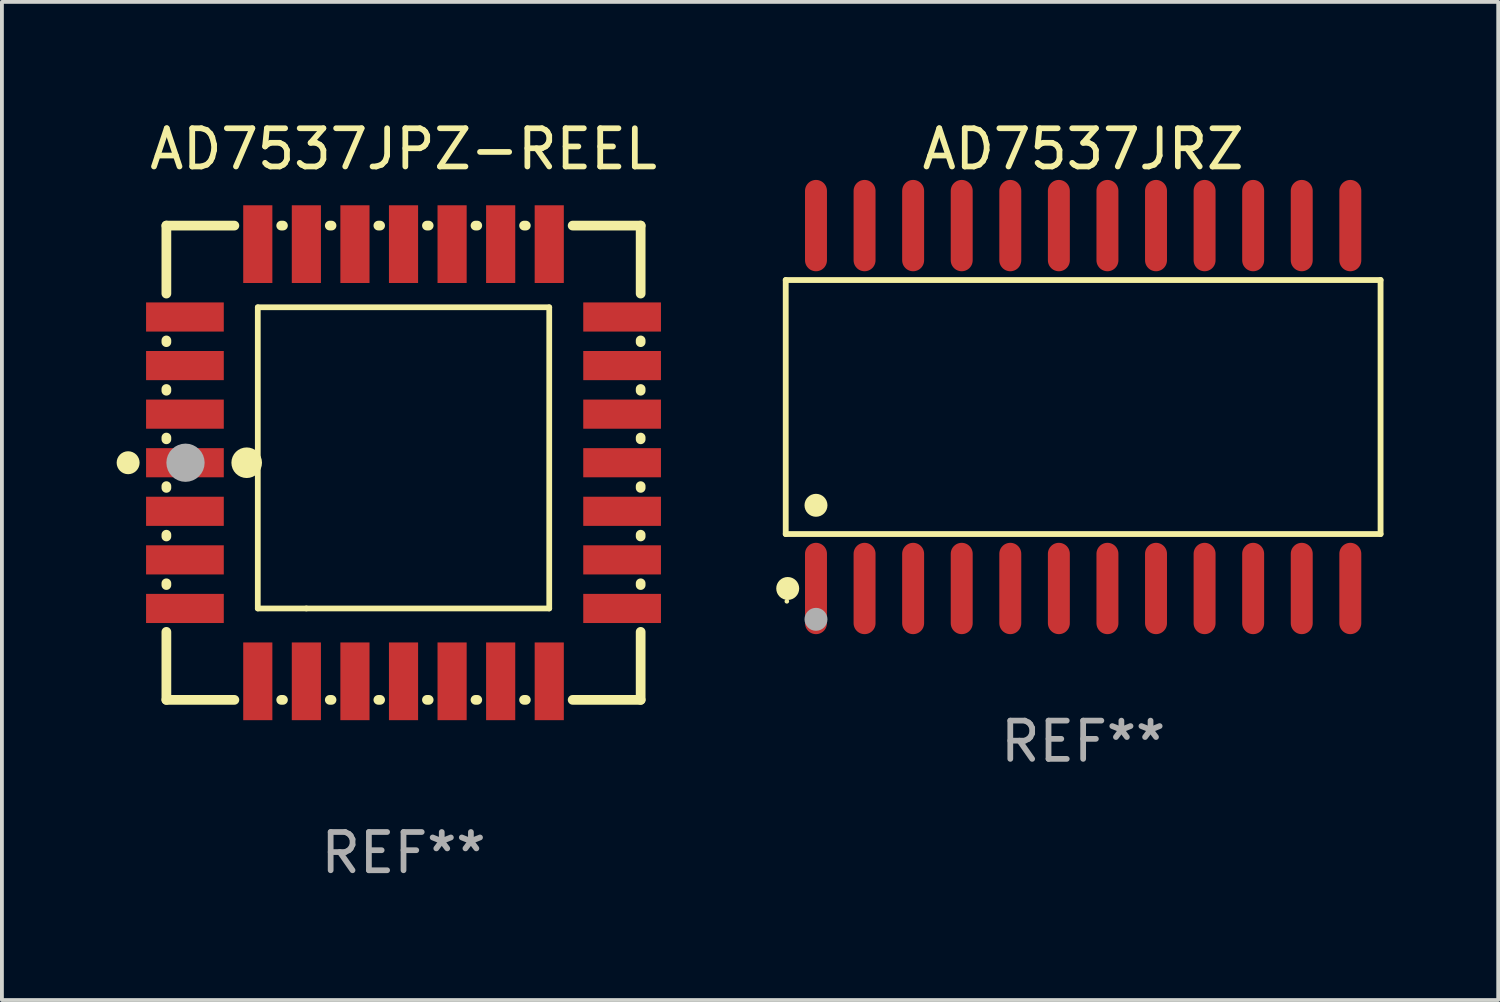
<source format=kicad_pcb>
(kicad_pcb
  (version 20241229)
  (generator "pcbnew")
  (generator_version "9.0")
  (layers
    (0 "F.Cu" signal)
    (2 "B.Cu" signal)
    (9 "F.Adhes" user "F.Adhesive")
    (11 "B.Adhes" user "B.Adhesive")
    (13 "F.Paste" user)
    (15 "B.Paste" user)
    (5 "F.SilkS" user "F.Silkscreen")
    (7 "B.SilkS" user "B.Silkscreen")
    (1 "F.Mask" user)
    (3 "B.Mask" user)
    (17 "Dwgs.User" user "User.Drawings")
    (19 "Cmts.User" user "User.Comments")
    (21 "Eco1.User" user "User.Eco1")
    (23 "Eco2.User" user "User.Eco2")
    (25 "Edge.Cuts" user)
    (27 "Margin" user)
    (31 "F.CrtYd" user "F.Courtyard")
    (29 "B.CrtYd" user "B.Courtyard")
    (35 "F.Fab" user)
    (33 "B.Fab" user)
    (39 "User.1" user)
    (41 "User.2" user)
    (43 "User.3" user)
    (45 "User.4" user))
  (footprint "AD7537JPZ-REEL"
    (layer "F.Cu")
    (at 7.5 9.048)
    (property "Reference" "AD7537JPZ-REEL" (at 0 -8.2 0) (layer "F.SilkS") (effects (font (size 1 1) (thickness 0.15))))
    (attr through_hole)
    (fp_line (start -6.2 -6.2) (end -4.422 -6.2) (stroke (width 0.254) (type solid)) (layer "F.SilkS"))
    (fp_line (start -6.2 -4.422) (end -6.2 -6.2) (stroke (width 0.254) (type solid)) (layer "F.SilkS"))
    (fp_line (start -6.2 -3.152) (end -6.2 -3.198) (stroke (width 0.254) (type solid)) (layer "F.SilkS"))
    (fp_line (start -6.2 -1.882) (end -6.2 -1.928) (stroke (width 0.254) (type solid)) (layer "F.SilkS"))
    (fp_line (start -6.2 -0.612) (end -6.2 -0.658) (stroke (width 0.254) (type solid)) (layer "F.SilkS"))
    (fp_line (start -6.2 0.658) (end -6.2 0.612) (stroke (width 0.254) (type solid)) (layer "F.SilkS"))
    (fp_line (start -6.2 1.928) (end -6.2 1.882) (stroke (width 0.254) (type solid)) (layer "F.SilkS"))
    (fp_line (start -6.2 3.198) (end -6.2 3.152) (stroke (width 0.254) (type solid)) (layer "F.SilkS"))
    (fp_line (start -6.2 6.2) (end -6.2 4.422) (stroke (width 0.254) (type solid)) (layer "F.SilkS"))
    (fp_line (start -4.422 6.2) (end -6.2 6.2) (stroke (width 0.254) (type solid)) (layer "F.SilkS"))
    (fp_line (start -3.81 -4.064) (end 3.81 -4.064) (stroke (width 0.15) (type solid)) (layer "F.SilkS"))
    (fp_line (start -3.81 3.81) (end -3.81 -4.064) (stroke (width 0.15) (type solid)) (layer "F.SilkS"))
    (fp_line (start -3.198 -6.2) (end -3.152 -6.2) (stroke (width 0.254) (type solid)) (layer "F.SilkS"))
    (fp_line (start -3.152 6.2) (end -3.198 6.2) (stroke (width 0.254) (type solid)) (layer "F.SilkS"))
    (fp_line (start -2.54 3.81) (end -3.81 3.81) (stroke (width 0.15) (type solid)) (layer "F.SilkS"))
    (fp_line (start -1.928 -6.2) (end -1.882 -6.2) (stroke (width 0.254) (type solid)) (layer "F.SilkS"))
    (fp_line (start -1.882 6.2) (end -1.928 6.2) (stroke (width 0.254) (type solid)) (layer "F.SilkS"))
    (fp_line (start -0.658 -6.2) (end -0.612 -6.2) (stroke (width 0.254) (type solid)) (layer "F.SilkS"))
    (fp_line (start -0.612 6.2) (end -0.658 6.2) (stroke (width 0.254) (type solid)) (layer "F.SilkS"))
    (fp_line (start 0.612 -6.2) (end 0.658 -6.2) (stroke (width 0.254) (type solid)) (layer "F.SilkS"))
    (fp_line (start 0.658 6.2) (end 0.612 6.2) (stroke (width 0.254) (type solid)) (layer "F.SilkS"))
    (fp_line (start 1.882 -6.2) (end 1.928 -6.2) (stroke (width 0.254) (type solid)) (layer "F.SilkS"))
    (fp_line (start 1.928 6.2) (end 1.882 6.2) (stroke (width 0.254) (type solid)) (layer "F.SilkS"))
    (fp_line (start 3.152 -6.2) (end 3.198 -6.2) (stroke (width 0.254) (type solid)) (layer "F.SilkS"))
    (fp_line (start 3.198 6.2) (end 3.152 6.2) (stroke (width 0.254) (type solid)) (layer "F.SilkS"))
    (fp_line (start 3.81 -4.064) (end 3.81 3.81) (stroke (width 0.15) (type solid)) (layer "F.SilkS"))
    (fp_line (start 3.81 3.81) (end -2.54 3.81) (stroke (width 0.15) (type solid)) (layer "F.SilkS"))
    (fp_line (start 4.422 -6.2) (end 6.2 -6.2) (stroke (width 0.254) (type solid)) (layer "F.SilkS"))
    (fp_line (start 6.2 -6.2) (end 6.2 -4.422) (stroke (width 0.254) (type solid)) (layer "F.SilkS"))
    (fp_line (start 6.2 -3.198) (end 6.2 -3.152) (stroke (width 0.254) (type solid)) (layer "F.SilkS"))
    (fp_line (start 6.2 -1.928) (end 6.2 -1.882) (stroke (width 0.254) (type solid)) (layer "F.SilkS"))
    (fp_line (start 6.2 -0.658) (end 6.2 -0.612) (stroke (width 0.254) (type solid)) (layer "F.SilkS"))
    (fp_line (start 6.2 0.612) (end 6.2 0.658) (stroke (width 0.254) (type solid)) (layer "F.SilkS"))
    (fp_line (start 6.2 1.882) (end 6.2 1.928) (stroke (width 0.254) (type solid)) (layer "F.SilkS"))
    (fp_line (start 6.2 3.152) (end 6.2 3.198) (stroke (width 0.254) (type solid)) (layer "F.SilkS"))
    (fp_line (start 6.2 4.422) (end 6.2 6.2) (stroke (width 0.254) (type solid)) (layer "F.SilkS"))
    (fp_line (start 6.2 6.2) (end 4.422 6.2) (stroke (width 0.254) (type solid)) (layer "F.SilkS"))
    (fp_circle (center -7.2 0) (end -7.05 0) (stroke (width 0.3) (type solid)) (fill no) (layer "F.SilkS"))
    (fp_circle (center -6.223 6.223) (end -6.193 6.223) (stroke (width 0.06) (type solid)) (fill no) (layer "F.SilkS"))
    (fp_circle (center -4.1 0) (end -3.9 0) (stroke (width 0.4) (type solid)) (fill no) (layer "F.SilkS"))
    (fp_circle (center -5.7 0) (end -5.45 0) (stroke (width 0.5) (type solid)) (fill no) (layer "F.Fab"))
    (fp_text user "REF**" (at 0 10.2 0) (layer "F.Fab") (effects (font (size 1 1) (thickness 0.15))))
    (pad "1" smd rect (at -5.715 0) (size 2.032 0.762) (layers "F.Cu" "F.Mask" "F.Paste"))
    (pad "2" smd rect (at -5.715 1.27) (size 2.032 0.762) (layers "F.Cu" "F.Mask" "F.Paste"))
    (pad "3" smd rect (at -5.715 2.54) (size 2.032 0.762) (layers "F.Cu" "F.Mask" "F.Paste"))
    (pad "4" smd rect (at -5.715 3.81) (size 2.032 0.762) (layers "F.Cu" "F.Mask" "F.Paste"))
    (pad "5" smd rect (at -3.81 5.715) (size 0.762 2.032) (layers "F.Cu" "F.Mask" "F.Paste"))
    (pad "6" smd rect (at -2.54 5.715) (size 0.762 2.032) (layers "F.Cu" "F.Mask" "F.Paste"))
    (pad "7" smd rect (at -1.27 5.715) (size 0.762 2.032) (layers "F.Cu" "F.Mask" "F.Paste"))
    (pad "8" smd rect (at 0 5.715) (size 0.762 2.032) (layers "F.Cu" "F.Mask" "F.Paste"))
    (pad "9" smd rect (at 1.27 5.715) (size 0.762 2.032) (layers "F.Cu" "F.Mask" "F.Paste"))
    (pad "10" smd rect (at 2.54 5.715) (size 0.762 2.032) (layers "F.Cu" "F.Mask" "F.Paste"))
    (pad "11" smd rect (at 3.81 5.715) (size 0.762 2.032) (layers "F.Cu" "F.Mask" "F.Paste"))
    (pad "12" smd rect (at 5.715 3.81) (size 2.032 0.762) (layers "F.Cu" "F.Mask" "F.Paste"))
    (pad "13" smd rect (at 5.715 2.54) (size 2.032 0.762) (layers "F.Cu" "F.Mask" "F.Paste"))
    (pad "14" smd rect (at 5.715 1.27) (size 2.032 0.762) (layers "F.Cu" "F.Mask" "F.Paste"))
    (pad "15" smd rect (at 5.715 0) (size 2.032 0.762) (layers "F.Cu" "F.Mask" "F.Paste"))
    (pad "16" smd rect (at 5.715 -1.27) (size 2.032 0.762) (layers "F.Cu" "F.Mask" "F.Paste"))
    (pad "17" smd rect (at 5.715 -2.54) (size 2.032 0.762) (layers "F.Cu" "F.Mask" "F.Paste"))
    (pad "18" smd rect (at 5.715 -3.81) (size 2.032 0.762) (layers "F.Cu" "F.Mask" "F.Paste"))
    (pad "19" smd rect (at 3.81 -5.715) (size 0.762 2.032) (layers "F.Cu" "F.Mask" "F.Paste"))
    (pad "20" smd rect (at 2.54 -5.715) (size 0.762 2.032) (layers "F.Cu" "F.Mask" "F.Paste"))
    (pad "21" smd rect (at 1.27 -5.715) (size 0.762 2.032) (layers "F.Cu" "F.Mask" "F.Paste"))
    (pad "22" smd rect (at 0 -5.715) (size 0.762 2.032) (layers "F.Cu" "F.Mask" "F.Paste"))
    (pad "23" smd rect (at -1.27 -5.715) (size 0.762 2.032) (layers "F.Cu" "F.Mask" "F.Paste"))
    (pad "24" smd rect (at -2.54 -5.715) (size 0.762 2.032) (layers "F.Cu" "F.Mask" "F.Paste"))
    (pad "25" smd rect (at -3.81 -5.715) (size 0.762 2.032) (layers "F.Cu" "F.Mask" "F.Paste"))
    (pad "26" smd rect (at -5.715 -3.81) (size 2.032 0.762) (layers "F.Cu" "F.Mask" "F.Paste"))
    (pad "27" smd rect (at -5.715 -2.54) (size 2.032 0.762) (layers "F.Cu" "F.Mask" "F.Paste"))
    (pad "28" smd rect (at -5.715 -1.27) (size 2.032 0.762) (layers "F.Cu" "F.Mask" "F.Paste")))
  (footprint "AD7537JRZ"
    (layer "F.Cu")
    (at 25.269 7.592)
    (property "Reference" "AD7537JRZ" (at 0 -6.744 0) (layer "F.SilkS") (effects (font (size 1 1) (thickness 0.15))))
    (attr through_hole)
    (fp_line (start -7.776 -3.321) (end 7.776 -3.321) (stroke (width 0.152) (type solid)) (layer "F.SilkS"))
    (fp_line (start -7.776 3.321) (end -7.776 -3.321) (stroke (width 0.152) (type solid)) (layer "F.SilkS"))
    (fp_line (start 7.776 -3.321) (end 7.776 3.321) (stroke (width 0.152) (type solid)) (layer "F.SilkS"))
    (fp_line (start 7.776 3.321) (end -7.776 3.321) (stroke (width 0.152) (type solid)) (layer "F.SilkS"))
    (fp_circle (center -7.747 5.08) (end -7.717 5.08) (stroke (width 0.06) (type solid)) (fill no) (layer "F.SilkS"))
    (fp_circle (center -7.724 4.744) (end -7.574 4.744) (stroke (width 0.3) (type solid)) (fill no) (layer "F.SilkS"))
    (fp_circle (center -6.985 2.569) (end -6.835 2.569) (stroke (width 0.3) (type solid)) (fill no) (layer "F.SilkS"))
    (fp_circle (center -6.985 5.55) (end -6.835 5.55) (stroke (width 0.3) (type solid)) (fill no) (layer "F.Fab"))
    (fp_text user "REF**" (at 0 8.744 0) (layer "F.Fab") (effects (font (size 1 1) (thickness 0.15))))
    (pad "1" smd oval (at -6.985 4.744) (size 0.574 2.388) (layers "F.Cu" "F.Mask" "F.Paste"))
    (pad "2" smd oval (at -5.715 4.744) (size 0.574 2.388) (layers "F.Cu" "F.Mask" "F.Paste"))
    (pad "3" smd oval (at -4.445 4.744) (size 0.574 2.388) (layers "F.Cu" "F.Mask" "F.Paste"))
    (pad "4" smd oval (at -3.175 4.744) (size 0.574 2.388) (layers "F.Cu" "F.Mask" "F.Paste"))
    (pad "5" smd oval (at -1.905 4.744) (size 0.574 2.388) (layers "F.Cu" "F.Mask" "F.Paste"))
    (pad "6" smd oval (at -0.635 4.744) (size 0.574 2.388) (layers "F.Cu" "F.Mask" "F.Paste"))
    (pad "7" smd oval (at 0.635 4.744) (size 0.574 2.388) (layers "F.Cu" "F.Mask" "F.Paste"))
    (pad "8" smd oval (at 1.905 4.744) (size 0.574 2.388) (layers "F.Cu" "F.Mask" "F.Paste"))
    (pad "9" smd oval (at 3.175 4.744) (size 0.574 2.388) (layers "F.Cu" "F.Mask" "F.Paste"))
    (pad "10" smd oval (at 4.445 4.744) (size 0.574 2.388) (layers "F.Cu" "F.Mask" "F.Paste"))
    (pad "11" smd oval (at 5.715 4.744) (size 0.574 2.388) (layers "F.Cu" "F.Mask" "F.Paste"))
    (pad "12" smd oval (at 6.985 4.744) (size 0.574 2.388) (layers "F.Cu" "F.Mask" "F.Paste"))
    (pad "13" smd oval (at 6.985 -4.744) (size 0.574 2.388) (layers "F.Cu" "F.Mask" "F.Paste"))
    (pad "14" smd oval (at 5.715 -4.744) (size 0.574 2.388) (layers "F.Cu" "F.Mask" "F.Paste"))
    (pad "15" smd oval (at 4.445 -4.744) (size 0.574 2.388) (layers "F.Cu" "F.Mask" "F.Paste"))
    (pad "16" smd oval (at 3.175 -4.744) (size 0.574 2.388) (layers "F.Cu" "F.Mask" "F.Paste"))
    (pad "17" smd oval (at 1.905 -4.744) (size 0.574 2.388) (layers "F.Cu" "F.Mask" "F.Paste"))
    (pad "18" smd oval (at 0.635 -4.744) (size 0.574 2.388) (layers "F.Cu" "F.Mask" "F.Paste"))
    (pad "19" smd oval (at -0.635 -4.744) (size 0.574 2.388) (layers "F.Cu" "F.Mask" "F.Paste"))
    (pad "20" smd oval (at -1.905 -4.744) (size 0.574 2.388) (layers "F.Cu" "F.Mask" "F.Paste"))
    (pad "21" smd oval (at -3.175 -4.744) (size 0.574 2.388) (layers "F.Cu" "F.Mask" "F.Paste"))
    (pad "22" smd oval (at -4.445 -4.744) (size 0.574 2.388) (layers "F.Cu" "F.Mask" "F.Paste"))
    (pad "23" smd oval (at -5.715 -4.744) (size 0.574 2.388) (layers "F.Cu" "F.Mask" "F.Paste"))
    (pad "24" smd oval (at -6.985 -4.744) (size 0.574 2.388) (layers "F.Cu" "F.Mask" "F.Paste")))
  (gr_rect
    (start -3 -3)
    (end 36.121 23.096)
    (stroke (width 0.1) (type default))
    (fill no)
    (layer "Edge.Cuts")))
</source>
